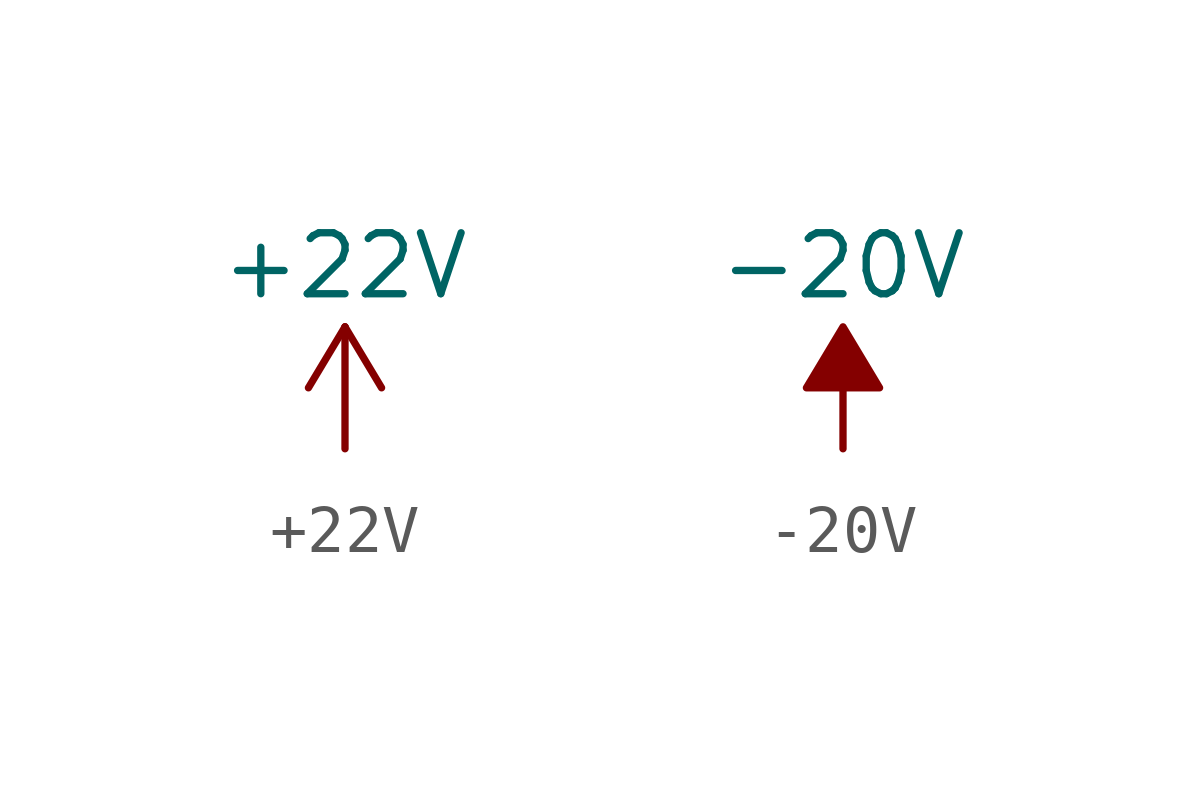
<source format=kicad_sym>
(kicad_symbol_lib
  (version 20220914)
  (generator kicad_symbol_editor)
  (symbol "+22V"
    (power)
    (pin_names
      (offset 0))
    (property "Reference" "#PWR"
      (at 0 2.159 0)
      (effects (font (size 1.27 1.27)) hide))
    (property "Value" "+22V"
      (at 0 3.81 0)
      (effects (font (size 1.27 1.27))))
    (symbol "+22V_0_1"
      (polyline (pts (xy -0.762 1.27) (xy 0 2.54)) (stroke (width 0) (type default)) (fill (type none)))
      (polyline (pts (xy 0 0) (xy 0 2.54)) (stroke (width 0) (type default)) (fill (type none)))
      (polyline (pts (xy 0 2.54) (xy 0.762 1.27)) (stroke (width 0) (type default)) (fill (type none))))
    (symbol "+22V_1_0"
      (pin power_in line (at 0 0 90) (length 0) hide (name "+22V" (effects (font (size 1.27 1.27)))) (number "1" (effects (font (size 1.27 1.27)))))))
  (symbol "-20V"
    (power)
    (pin_names
      (offset 0))
    (property "Reference" "#PWR"
      (at 0 2.54 0)
      (effects (font (size 1.27 1.27)) hide))
    (property "Value" "-20V"
      (at 0 3.81 0)
      (effects (font (size 1.27 1.27))))
    (symbol "-20V_0_1"
      (polyline (pts (xy 0 0) (xy 0 1.27) (xy 0.762 1.27) (xy 0 2.54) (xy -0.762 1.27) (xy 0 1.27)) (stroke (width 0) (type default)) (fill (type outline))))
    (symbol "-20V_1_0"
      (pin power_in line (at 0 0 90) (length 0) hide (name "-20V" (effects (font (size 1.27 1.27)))) (number "1" (effects (font (size 1.27 1.27))))))))
</source>
